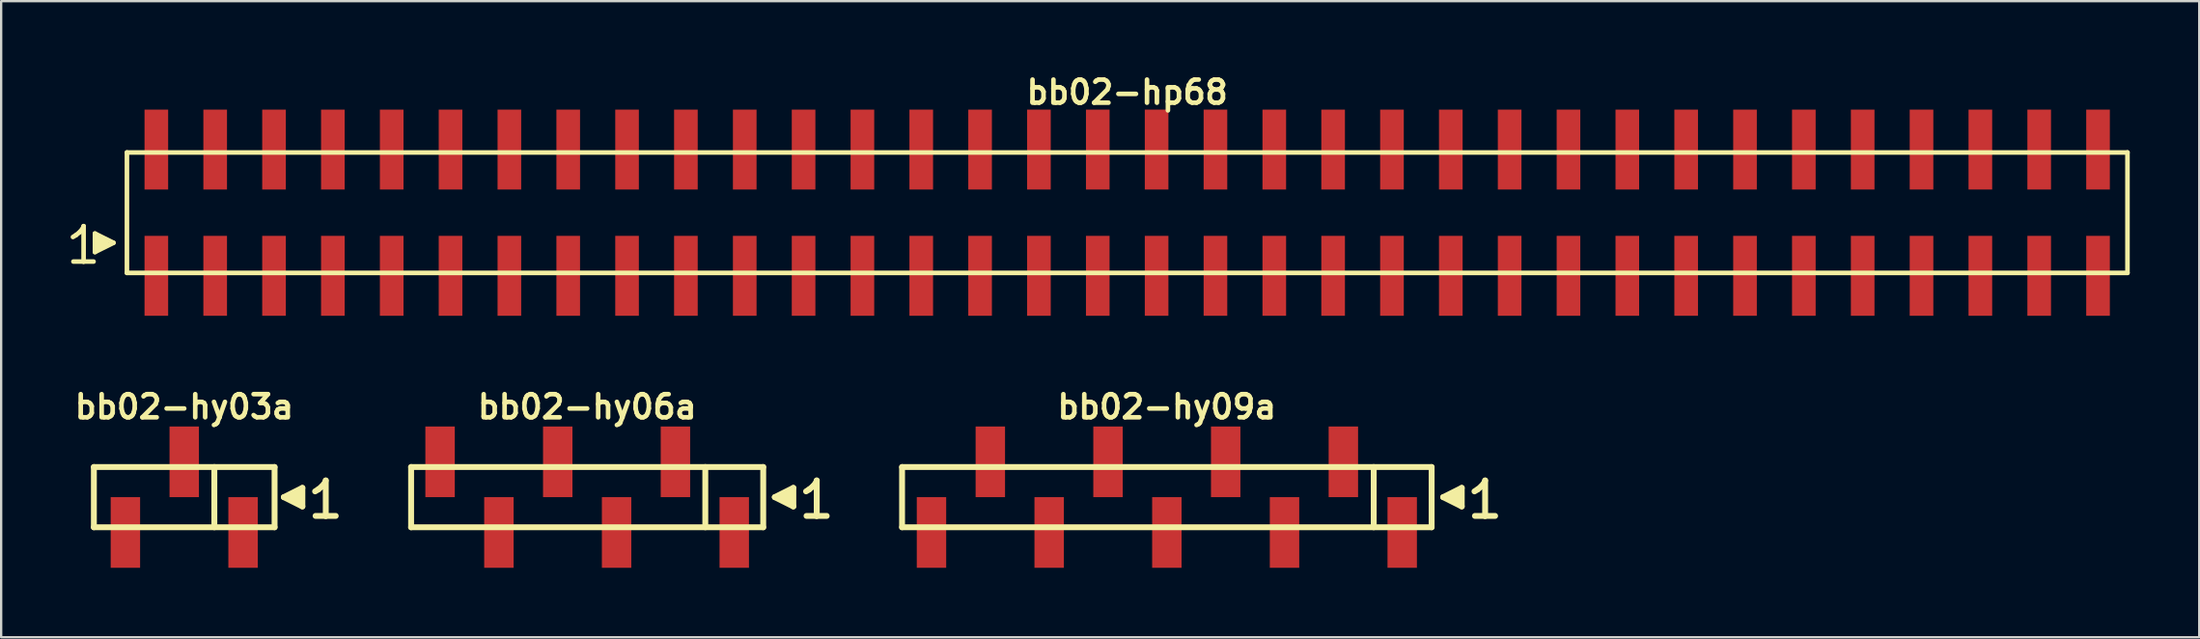
<source format=kicad_pcb>
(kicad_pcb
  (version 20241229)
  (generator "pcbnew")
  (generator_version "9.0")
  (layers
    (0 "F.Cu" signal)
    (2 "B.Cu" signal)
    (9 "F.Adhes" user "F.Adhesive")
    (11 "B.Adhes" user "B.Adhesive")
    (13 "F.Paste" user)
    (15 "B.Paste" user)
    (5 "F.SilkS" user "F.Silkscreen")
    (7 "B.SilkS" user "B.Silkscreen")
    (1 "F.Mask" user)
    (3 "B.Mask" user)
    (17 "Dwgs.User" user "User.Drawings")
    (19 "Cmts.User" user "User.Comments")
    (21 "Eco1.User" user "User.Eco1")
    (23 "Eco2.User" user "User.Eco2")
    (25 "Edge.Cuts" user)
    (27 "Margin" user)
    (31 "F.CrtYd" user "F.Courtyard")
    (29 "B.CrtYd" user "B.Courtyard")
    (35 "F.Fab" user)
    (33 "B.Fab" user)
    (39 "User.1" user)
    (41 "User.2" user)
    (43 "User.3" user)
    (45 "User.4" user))
  (footprint "bb02-hy03a"
    (layer "F.Cu")
    (at 4.903 18.413)
    (property "Reference" "bb02-hy03a" (at 0 -3.9 0) (layer "F.SilkS") (effects (font (size 0.998 0.998) (thickness 0.198))))
    (attr through_hole)
    (fp_line (start -3.9 -1.3) (end 3.9 -1.3) (stroke (width 0.254) (type solid)) (layer "F.SilkS"))
    (fp_line (start -3.9 1.3) (end -3.9 -1.3) (stroke (width 0.254) (type solid)) (layer "F.SilkS"))
    (fp_line (start 1.3 1.3) (end 1.3 -1.3) (stroke (width 0.254) (type solid)) (layer "F.SilkS"))
    (fp_line (start 3.9 -1.3) (end 3.9 1.3) (stroke (width 0.254) (type solid)) (layer "F.SilkS"))
    (fp_line (start 3.9 1.3) (end -3.9 1.3) (stroke (width 0.254) (type solid)) (layer "F.SilkS"))
    (fp_line (start 4.3 0) (end 5.1 0.4) (stroke (width 0.254) (type solid)) (layer "F.SilkS"))
    (fp_line (start 4.6 0.1) (end 4.6 -0.1) (stroke (width 0.254) (type solid)) (layer "F.SilkS"))
    (fp_line (start 4.7 -0.1) (end 4.7 0.1) (stroke (width 0.254) (type solid)) (layer "F.SilkS"))
    (fp_line (start 4.8 0.2) (end 4.8 -0.2) (stroke (width 0.254) (type solid)) (layer "F.SilkS"))
    (fp_line (start 4.9 -0.2) (end 4.9 0.2) (stroke (width 0.254) (type solid)) (layer "F.SilkS"))
    (fp_line (start 5 0.3) (end 5 -0.3) (stroke (width 0.254) (type solid)) (layer "F.SilkS"))
    (fp_line (start 5.1 -0.4) (end 4.3 0) (stroke (width 0.254) (type solid)) (layer "F.SilkS"))
    (fp_line (start 5.1 0.4) (end 5.1 -0.4) (stroke (width 0.254) (type solid)) (layer "F.SilkS"))
    (fp_line (start 5.65 -0.25) (end 5.78 -0.33) (stroke (width 0.254) (type solid)) (layer "F.SilkS"))
    (fp_line (start 5.78 -0.33) (end 5.94 -0.46) (stroke (width 0.254) (type solid)) (layer "F.SilkS"))
    (fp_line (start 5.94 -0.46) (end 6.08 -0.63) (stroke (width 0.254) (type solid)) (layer "F.SilkS"))
    (fp_line (start 6.08 -0.63) (end 6.11 -0.72) (stroke (width 0.254) (type solid)) (layer "F.SilkS"))
    (fp_line (start 6.11 -0.72) (end 6.11 0.81) (stroke (width 0.254) (type solid)) (layer "F.SilkS"))
    (fp_line (start 6.11 0.81) (end 5.67 0.81) (stroke (width 0.254) (type solid)) (layer "F.SilkS"))
    (fp_line (start 6.54 0.81) (end 6.1 0.81) (stroke (width 0.254) (type solid)) (layer "F.SilkS"))
    (pad "1" smd rect (at 2.54 1.525) (size 1.27 3.05) (layers "F.Cu" "F.Mask" "F.Paste"))
    (pad "2" smd rect (at 0 -1.525) (size 1.27 3.05) (layers "F.Cu" "F.Mask" "F.Paste"))
    (pad "3" smd rect (at -2.54 1.525) (size 1.27 3.05) (layers "F.Cu" "F.Mask" "F.Paste")))
  (footprint "bb02-hy09a"
    (layer "F.Cu")
    (at 47.321 18.413)
    (property "Reference" "bb02-hy09a" (at 0 -3.9 0) (layer "F.SilkS") (effects (font (size 0.998 0.998) (thickness 0.198))))
    (attr through_hole)
    (fp_line (start -11.43 -1.3) (end 11.43 -1.3) (stroke (width 0.254) (type solid)) (layer "F.SilkS"))
    (fp_line (start -11.43 1.3) (end -11.43 -1.3) (stroke (width 0.254) (type solid)) (layer "F.SilkS"))
    (fp_line (start 8.93 1.3) (end 8.93 -1.3) (stroke (width 0.254) (type solid)) (layer "F.SilkS"))
    (fp_line (start 11.43 -1.3) (end 11.43 1.3) (stroke (width 0.254) (type solid)) (layer "F.SilkS"))
    (fp_line (start 11.43 1.3) (end -11.43 1.3) (stroke (width 0.254) (type solid)) (layer "F.SilkS"))
    (fp_line (start 11.93 0) (end 12.73 0.4) (stroke (width 0.254) (type solid)) (layer "F.SilkS"))
    (fp_line (start 12.23 0.1) (end 12.23 -0.1) (stroke (width 0.254) (type solid)) (layer "F.SilkS"))
    (fp_line (start 12.33 -0.1) (end 12.33 0.1) (stroke (width 0.254) (type solid)) (layer "F.SilkS"))
    (fp_line (start 12.43 0.2) (end 12.43 -0.2) (stroke (width 0.254) (type solid)) (layer "F.SilkS"))
    (fp_line (start 12.53 -0.2) (end 12.53 0.2) (stroke (width 0.254) (type solid)) (layer "F.SilkS"))
    (fp_line (start 12.63 0.3) (end 12.63 -0.3) (stroke (width 0.254) (type solid)) (layer "F.SilkS"))
    (fp_line (start 12.73 -0.4) (end 11.93 0) (stroke (width 0.254) (type solid)) (layer "F.SilkS"))
    (fp_line (start 12.73 0.4) (end 12.73 -0.4) (stroke (width 0.254) (type solid)) (layer "F.SilkS"))
    (fp_line (start 13.28 -0.25) (end 13.41 -0.33) (stroke (width 0.254) (type solid)) (layer "F.SilkS"))
    (fp_line (start 13.41 -0.33) (end 13.57 -0.46) (stroke (width 0.254) (type solid)) (layer "F.SilkS"))
    (fp_line (start 13.57 -0.46) (end 13.71 -0.63) (stroke (width 0.254) (type solid)) (layer "F.SilkS"))
    (fp_line (start 13.71 -0.63) (end 13.74 -0.72) (stroke (width 0.254) (type solid)) (layer "F.SilkS"))
    (fp_line (start 13.74 -0.72) (end 13.74 0.81) (stroke (width 0.254) (type solid)) (layer "F.SilkS"))
    (fp_line (start 13.74 0.81) (end 13.3 0.81) (stroke (width 0.254) (type solid)) (layer "F.SilkS"))
    (fp_line (start 14.17 0.81) (end 13.73 0.81) (stroke (width 0.254) (type solid)) (layer "F.SilkS"))
    (pad "1" smd rect (at 10.16 1.525) (size 1.27 3.05) (layers "F.Cu" "F.Mask" "F.Paste"))
    (pad "2" smd rect (at 7.62 -1.525) (size 1.27 3.05) (layers "F.Cu" "F.Mask" "F.Paste"))
    (pad "3" smd rect (at 5.08 1.525) (size 1.27 3.05) (layers "F.Cu" "F.Mask" "F.Paste"))
    (pad "4" smd rect (at 2.54 -1.525) (size 1.27 3.05) (layers "F.Cu" "F.Mask" "F.Paste"))
    (pad "5" smd rect (at 0 1.525) (size 1.27 3.05) (layers "F.Cu" "F.Mask" "F.Paste"))
    (pad "6" smd rect (at -2.54 -1.525) (size 1.27 3.05) (layers "F.Cu" "F.Mask" "F.Paste"))
    (pad "7" smd rect (at -5.08 1.525) (size 1.27 3.05) (layers "F.Cu" "F.Mask" "F.Paste"))
    (pad "8" smd rect (at -7.62 -1.525) (size 1.27 3.05) (layers "F.Cu" "F.Mask" "F.Paste"))
    (pad "9" smd rect (at -10.16 1.525) (size 1.27 3.05) (layers "F.Cu" "F.Mask" "F.Paste")))
  (footprint "bb02-hy06a"
    (layer "F.Cu")
    (at 22.297 18.413)
    (property "Reference" "bb02-hy06a" (at 0 -3.9 0) (layer "F.SilkS") (effects (font (size 0.998 0.998) (thickness 0.198))))
    (attr through_hole)
    (fp_line (start -7.6 -1.3) (end 7.6 -1.3) (stroke (width 0.254) (type solid)) (layer "F.SilkS"))
    (fp_line (start -7.6 1.3) (end -7.6 -1.3) (stroke (width 0.254) (type solid)) (layer "F.SilkS"))
    (fp_line (start 5.1 1.3) (end 5.1 -1.3) (stroke (width 0.254) (type solid)) (layer "F.SilkS"))
    (fp_line (start 7.6 -1.3) (end 7.6 1.3) (stroke (width 0.254) (type solid)) (layer "F.SilkS"))
    (fp_line (start 7.6 1.3) (end -7.6 1.3) (stroke (width 0.254) (type solid)) (layer "F.SilkS"))
    (fp_line (start 8.1 0) (end 8.9 0.4) (stroke (width 0.254) (type solid)) (layer "F.SilkS"))
    (fp_line (start 8.4 0.1) (end 8.4 -0.1) (stroke (width 0.254) (type solid)) (layer "F.SilkS"))
    (fp_line (start 8.5 -0.1) (end 8.5 0.1) (stroke (width 0.254) (type solid)) (layer "F.SilkS"))
    (fp_line (start 8.6 0.2) (end 8.6 -0.2) (stroke (width 0.254) (type solid)) (layer "F.SilkS"))
    (fp_line (start 8.7 -0.2) (end 8.7 0.2) (stroke (width 0.254) (type solid)) (layer "F.SilkS"))
    (fp_line (start 8.8 0.3) (end 8.8 -0.3) (stroke (width 0.254) (type solid)) (layer "F.SilkS"))
    (fp_line (start 8.9 -0.4) (end 8.1 0) (stroke (width 0.254) (type solid)) (layer "F.SilkS"))
    (fp_line (start 8.9 0.4) (end 8.9 -0.4) (stroke (width 0.254) (type solid)) (layer "F.SilkS"))
    (fp_line (start 9.45 -0.25) (end 9.58 -0.33) (stroke (width 0.254) (type solid)) (layer "F.SilkS"))
    (fp_line (start 9.58 -0.33) (end 9.74 -0.46) (stroke (width 0.254) (type solid)) (layer "F.SilkS"))
    (fp_line (start 9.74 -0.46) (end 9.88 -0.63) (stroke (width 0.254) (type solid)) (layer "F.SilkS"))
    (fp_line (start 9.88 -0.63) (end 9.91 -0.72) (stroke (width 0.254) (type solid)) (layer "F.SilkS"))
    (fp_line (start 9.91 -0.72) (end 9.91 0.81) (stroke (width 0.254) (type solid)) (layer "F.SilkS"))
    (fp_line (start 9.91 0.81) (end 9.47 0.81) (stroke (width 0.254) (type solid)) (layer "F.SilkS"))
    (fp_line (start 10.34 0.81) (end 9.9 0.81) (stroke (width 0.254) (type solid)) (layer "F.SilkS"))
    (pad "1" smd rect (at 6.35 1.525) (size 1.27 3.05) (layers "F.Cu" "F.Mask" "F.Paste"))
    (pad "2" smd rect (at 3.81 -1.525) (size 1.27 3.05) (layers "F.Cu" "F.Mask" "F.Paste"))
    (pad "3" smd rect (at 1.27 1.525) (size 1.27 3.05) (layers "F.Cu" "F.Mask" "F.Paste"))
    (pad "4" smd rect (at -1.27 -1.525) (size 1.27 3.05) (layers "F.Cu" "F.Mask" "F.Paste"))
    (pad "5" smd rect (at -3.81 1.525) (size 1.27 3.05) (layers "F.Cu" "F.Mask" "F.Paste"))
    (pad "6" smd rect (at -6.35 -1.525) (size 1.27 3.05) (layers "F.Cu" "F.Mask" "F.Paste")))
  (footprint "bb02-hp68"
    (layer "F.Cu")
    (at 45.609 6.132)
    (property "Reference" "bb02-hp68" (at 0 -5.2 0) (layer "F.SilkS") (effects (font (size 0.998 0.998) (thickness 0.198))))
    (attr through_hole)
    (fp_line (start -45.51 1.05) (end -45.38 0.97) (stroke (width 0.198) (type solid)) (layer "F.SilkS"))
    (fp_line (start -45.38 0.97) (end -45.22 0.84) (stroke (width 0.198) (type solid)) (layer "F.SilkS"))
    (fp_line (start -45.22 0.84) (end -45.08 0.67) (stroke (width 0.198) (type solid)) (layer "F.SilkS"))
    (fp_line (start -45.08 0.67) (end -45.05 0.58) (stroke (width 0.198) (type solid)) (layer "F.SilkS"))
    (fp_line (start -45.05 0.58) (end -45.05 2.11) (stroke (width 0.198) (type solid)) (layer "F.SilkS"))
    (fp_line (start -45.05 2.11) (end -45.49 2.11) (stroke (width 0.198) (type solid)) (layer "F.SilkS"))
    (fp_line (start -44.62 2.11) (end -45.06 2.11) (stroke (width 0.198) (type solid)) (layer "F.SilkS"))
    (fp_line (start -44.56 0.9) (end -43.76 1.3) (stroke (width 0.198) (type solid)) (layer "F.SilkS"))
    (fp_line (start -44.56 1.7) (end -44.56 0.9) (stroke (width 0.198) (type solid)) (layer "F.SilkS"))
    (fp_line (start -44.46 1.6) (end -44.46 1) (stroke (width 0.198) (type solid)) (layer "F.SilkS"))
    (fp_line (start -44.36 1.1) (end -44.36 1.5) (stroke (width 0.198) (type solid)) (layer "F.SilkS"))
    (fp_line (start -44.26 1.5) (end -44.26 1.1) (stroke (width 0.198) (type solid)) (layer "F.SilkS"))
    (fp_line (start -44.16 1.2) (end -44.16 1.4) (stroke (width 0.198) (type solid)) (layer "F.SilkS"))
    (fp_line (start -44.06 1.4) (end -44.06 1.2) (stroke (width 0.198) (type solid)) (layer "F.SilkS"))
    (fp_line (start -43.76 1.3) (end -44.56 1.7) (stroke (width 0.198) (type solid)) (layer "F.SilkS"))
    (fp_line (start -43.18 -2.6) (end -43.18 2.6) (stroke (width 0.198) (type solid)) (layer "F.SilkS"))
    (fp_line (start -43.18 -2.6) (end 43.18 -2.6) (stroke (width 0.198) (type solid)) (layer "F.SilkS"))
    (fp_line (start 43.18 2.6) (end -43.18 2.6) (stroke (width 0.198) (type solid)) (layer "F.SilkS"))
    (fp_line (start 43.18 2.6) (end 43.18 -2.6) (stroke (width 0.198) (type solid)) (layer "F.SilkS"))
    (pad "1" smd rect (at -41.91 2.725) (size 1.02 3.45) (layers "F.Cu" "F.Mask" "F.Paste"))
    (pad "2" smd rect (at -41.91 -2.725) (size 1.02 3.45) (layers "F.Cu" "F.Mask" "F.Paste"))
    (pad "3" smd rect (at -39.37 2.725) (size 1.02 3.45) (layers "F.Cu" "F.Mask" "F.Paste"))
    (pad "4" smd rect (at -39.37 -2.725) (size 1.02 3.45) (layers "F.Cu" "F.Mask" "F.Paste"))
    (pad "5" smd rect (at -36.83 2.725) (size 1.02 3.45) (layers "F.Cu" "F.Mask" "F.Paste"))
    (pad "6" smd rect (at -36.83 -2.725) (size 1.02 3.45) (layers "F.Cu" "F.Mask" "F.Paste"))
    (pad "7" smd rect (at -34.29 2.725) (size 1.02 3.45) (layers "F.Cu" "F.Mask" "F.Paste"))
    (pad "8" smd rect (at -34.29 -2.725) (size 1.02 3.45) (layers "F.Cu" "F.Mask" "F.Paste"))
    (pad "9" smd rect (at -31.75 2.725) (size 1.02 3.45) (layers "F.Cu" "F.Mask" "F.Paste"))
    (pad "10" smd rect (at -31.75 -2.725) (size 1.02 3.45) (layers "F.Cu" "F.Mask" "F.Paste"))
    (pad "11" smd rect (at -29.21 2.725) (size 1.02 3.45) (layers "F.Cu" "F.Mask" "F.Paste"))
    (pad "12" smd rect (at -29.21 -2.725) (size 1.02 3.45) (layers "F.Cu" "F.Mask" "F.Paste"))
    (pad "13" smd rect (at -26.67 2.725) (size 1.02 3.45) (layers "F.Cu" "F.Mask" "F.Paste"))
    (pad "14" smd rect (at -26.67 -2.725) (size 1.02 3.45) (layers "F.Cu" "F.Mask" "F.Paste"))
    (pad "15" smd rect (at -24.13 2.725) (size 1.02 3.45) (layers "F.Cu" "F.Mask" "F.Paste"))
    (pad "16" smd rect (at -24.13 -2.725) (size 1.02 3.45) (layers "F.Cu" "F.Mask" "F.Paste"))
    (pad "17" smd rect (at -21.59 2.725) (size 1.02 3.45) (layers "F.Cu" "F.Mask" "F.Paste"))
    (pad "18" smd rect (at -21.59 -2.725) (size 1.02 3.45) (layers "F.Cu" "F.Mask" "F.Paste"))
    (pad "19" smd rect (at -19.05 2.725) (size 1.02 3.45) (layers "F.Cu" "F.Mask" "F.Paste"))
    (pad "20" smd rect (at -19.05 -2.725) (size 1.02 3.45) (layers "F.Cu" "F.Mask" "F.Paste"))
    (pad "21" smd rect (at -16.51 2.725) (size 1.02 3.45) (layers "F.Cu" "F.Mask" "F.Paste"))
    (pad "22" smd rect (at -16.51 -2.725) (size 1.02 3.45) (layers "F.Cu" "F.Mask" "F.Paste"))
    (pad "23" smd rect (at -13.97 2.725) (size 1.02 3.45) (layers "F.Cu" "F.Mask" "F.Paste"))
    (pad "24" smd rect (at -13.97 -2.725) (size 1.02 3.45) (layers "F.Cu" "F.Mask" "F.Paste"))
    (pad "25" smd rect (at -11.43 2.725) (size 1.02 3.45) (layers "F.Cu" "F.Mask" "F.Paste"))
    (pad "26" smd rect (at -11.43 -2.725) (size 1.02 3.45) (layers "F.Cu" "F.Mask" "F.Paste"))
    (pad "27" smd rect (at -8.89 2.725) (size 1.02 3.45) (layers "F.Cu" "F.Mask" "F.Paste"))
    (pad "28" smd rect (at -8.89 -2.725) (size 1.02 3.45) (layers "F.Cu" "F.Mask" "F.Paste"))
    (pad "29" smd rect (at -6.35 2.725) (size 1.02 3.45) (layers "F.Cu" "F.Mask" "F.Paste"))
    (pad "30" smd rect (at -6.35 -2.725) (size 1.02 3.45) (layers "F.Cu" "F.Mask" "F.Paste"))
    (pad "31" smd rect (at -3.81 2.725) (size 1.02 3.45) (layers "F.Cu" "F.Mask" "F.Paste"))
    (pad "32" smd rect (at -3.81 -2.725) (size 1.02 3.45) (layers "F.Cu" "F.Mask" "F.Paste"))
    (pad "33" smd rect (at -1.27 2.725) (size 1.02 3.45) (layers "F.Cu" "F.Mask" "F.Paste"))
    (pad "34" smd rect (at -1.27 -2.725) (size 1.02 3.45) (layers "F.Cu" "F.Mask" "F.Paste"))
    (pad "35" smd rect (at 1.27 2.725) (size 1.02 3.45) (layers "F.Cu" "F.Mask" "F.Paste"))
    (pad "36" smd rect (at 1.27 -2.725) (size 1.02 3.45) (layers "F.Cu" "F.Mask" "F.Paste"))
    (pad "37" smd rect (at 3.81 2.725) (size 1.02 3.45) (layers "F.Cu" "F.Mask" "F.Paste"))
    (pad "38" smd rect (at 3.81 -2.725) (size 1.02 3.45) (layers "F.Cu" "F.Mask" "F.Paste"))
    (pad "39" smd rect (at 6.35 2.725) (size 1.02 3.45) (layers "F.Cu" "F.Mask" "F.Paste"))
    (pad "40" smd rect (at 6.35 -2.725) (size 1.02 3.45) (layers "F.Cu" "F.Mask" "F.Paste"))
    (pad "41" smd rect (at 8.89 2.725) (size 1.02 3.45) (layers "F.Cu" "F.Mask" "F.Paste"))
    (pad "42" smd rect (at 8.89 -2.725) (size 1.02 3.45) (layers "F.Cu" "F.Mask" "F.Paste"))
    (pad "43" smd rect (at 11.43 2.725) (size 1.02 3.45) (layers "F.Cu" "F.Mask" "F.Paste"))
    (pad "44" smd rect (at 11.43 -2.725) (size 1.02 3.45) (layers "F.Cu" "F.Mask" "F.Paste"))
    (pad "45" smd rect (at 13.97 2.725) (size 1.02 3.45) (layers "F.Cu" "F.Mask" "F.Paste"))
    (pad "46" smd rect (at 13.97 -2.725) (size 1.02 3.45) (layers "F.Cu" "F.Mask" "F.Paste"))
    (pad "47" smd rect (at 16.51 2.725) (size 1.02 3.45) (layers "F.Cu" "F.Mask" "F.Paste"))
    (pad "48" smd rect (at 16.51 -2.725) (size 1.02 3.45) (layers "F.Cu" "F.Mask" "F.Paste"))
    (pad "49" smd rect (at 19.05 2.725) (size 1.02 3.45) (layers "F.Cu" "F.Mask" "F.Paste"))
    (pad "50" smd rect (at 19.05 -2.725) (size 1.02 3.45) (layers "F.Cu" "F.Mask" "F.Paste"))
    (pad "51" smd rect (at 21.59 2.725) (size 1.02 3.45) (layers "F.Cu" "F.Mask" "F.Paste"))
    (pad "52" smd rect (at 21.59 -2.725) (size 1.02 3.45) (layers "F.Cu" "F.Mask" "F.Paste"))
    (pad "53" smd rect (at 24.13 2.725) (size 1.02 3.45) (layers "F.Cu" "F.Mask" "F.Paste"))
    (pad "54" smd rect (at 24.13 -2.725) (size 1.02 3.45) (layers "F.Cu" "F.Mask" "F.Paste"))
    (pad "55" smd rect (at 26.67 2.725) (size 1.02 3.45) (layers "F.Cu" "F.Mask" "F.Paste"))
    (pad "56" smd rect (at 26.67 -2.725) (size 1.02 3.45) (layers "F.Cu" "F.Mask" "F.Paste"))
    (pad "57" smd rect (at 29.21 2.725) (size 1.02 3.45) (layers "F.Cu" "F.Mask" "F.Paste"))
    (pad "58" smd rect (at 29.21 -2.725) (size 1.02 3.45) (layers "F.Cu" "F.Mask" "F.Paste"))
    (pad "59" smd rect (at 31.75 2.725) (size 1.02 3.45) (layers "F.Cu" "F.Mask" "F.Paste"))
    (pad "60" smd rect (at 31.75 -2.725) (size 1.02 3.45) (layers "F.Cu" "F.Mask" "F.Paste"))
    (pad "61" smd rect (at 34.29 2.725) (size 1.02 3.45) (layers "F.Cu" "F.Mask" "F.Paste"))
    (pad "62" smd rect (at 34.29 -2.725) (size 1.02 3.45) (layers "F.Cu" "F.Mask" "F.Paste"))
    (pad "63" smd rect (at 36.83 2.725) (size 1.02 3.45) (layers "F.Cu" "F.Mask" "F.Paste"))
    (pad "64" smd rect (at 36.83 -2.725) (size 1.02 3.45) (layers "F.Cu" "F.Mask" "F.Paste"))
    (pad "65" smd rect (at 39.37 2.725) (size 1.02 3.45) (layers "F.Cu" "F.Mask" "F.Paste"))
    (pad "66" smd rect (at 39.37 -2.725) (size 1.02 3.45) (layers "F.Cu" "F.Mask" "F.Paste"))
    (pad "67" smd rect (at 41.91 2.725) (size 1.02 3.45) (layers "F.Cu" "F.Mask" "F.Paste"))
    (pad "68" smd rect (at 41.91 -2.725) (size 1.02 3.45) (layers "F.Cu" "F.Mask" "F.Paste")))
  (gr_rect
    (start -3 -3)
    (end 91.888 24.463)
    (stroke (width 0.1) (type default))
    (fill no)
    (layer "Edge.Cuts")))
</source>
